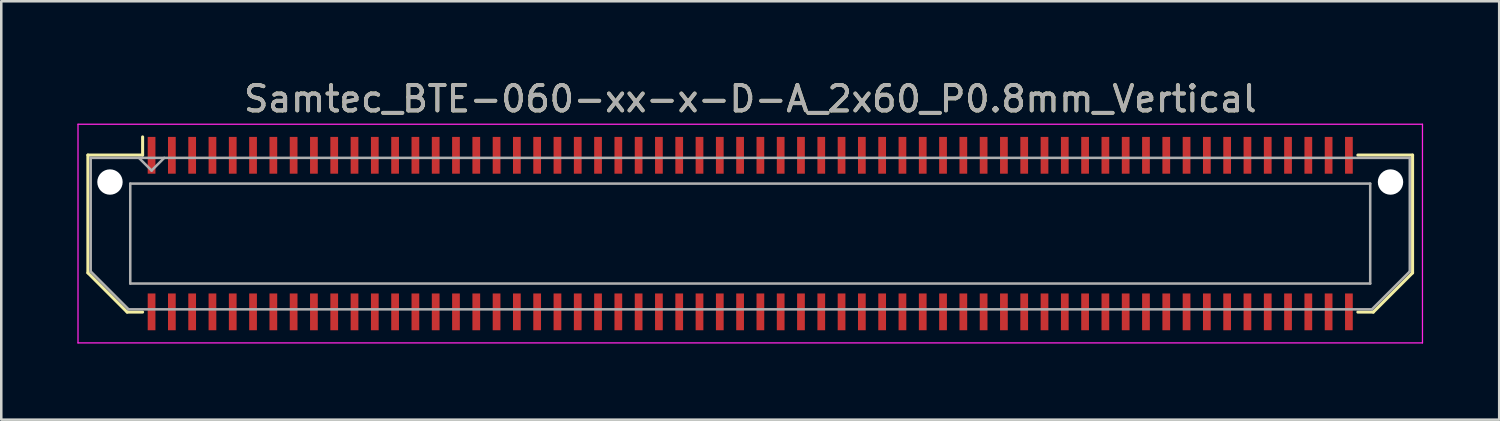
<source format=kicad_pcb>
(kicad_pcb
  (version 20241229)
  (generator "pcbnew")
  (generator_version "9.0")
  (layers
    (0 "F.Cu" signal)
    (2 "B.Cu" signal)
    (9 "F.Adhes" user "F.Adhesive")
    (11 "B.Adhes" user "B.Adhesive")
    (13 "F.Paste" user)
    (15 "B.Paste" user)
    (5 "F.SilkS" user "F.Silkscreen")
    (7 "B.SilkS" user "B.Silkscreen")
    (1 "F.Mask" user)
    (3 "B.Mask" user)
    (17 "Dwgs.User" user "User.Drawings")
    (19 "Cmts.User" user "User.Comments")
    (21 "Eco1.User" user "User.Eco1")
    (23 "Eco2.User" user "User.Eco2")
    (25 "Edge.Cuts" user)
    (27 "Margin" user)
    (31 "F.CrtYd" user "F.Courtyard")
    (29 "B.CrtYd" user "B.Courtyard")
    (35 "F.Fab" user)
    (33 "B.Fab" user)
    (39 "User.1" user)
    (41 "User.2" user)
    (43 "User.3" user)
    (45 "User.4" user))
  (footprint "Samtec_BTE-060-xx-x-D-A_2x60_P0.8mm_Vertical"
    (layer "F.Cu")
    (at 26.525 6.158)
    (property "Reference" "Samtec_BTE-060-xx-x-D-A_2x60_P0.8mm_Vertical" (at 0 -5.31 0) (layer "F.SilkS") (effects (font (size 1 1) (thickness 0.15))))
    (attr smd)
    (fp_line (start -26.11 -3.095) (end -26.11 1.548) (stroke (width 0.12) (type solid)) (layer "F.SilkS"))
    (fp_line (start -26.11 1.548) (end -24.562 3.095) (stroke (width 0.12) (type solid)) (layer "F.SilkS"))
    (fp_line (start -24.562 3.095) (end -23.953 3.095) (stroke (width 0.12) (type solid)) (layer "F.SilkS"))
    (fp_line (start -23.953 -3.811) (end -23.953 -3.095) (stroke (width 0.12) (type solid)) (layer "F.SilkS"))
    (fp_line (start -23.953 -3.095) (end -26.11 -3.095) (stroke (width 0.12) (type solid)) (layer "F.SilkS"))
    (fp_line (start 23.953 -3.095) (end 26.11 -3.095) (stroke (width 0.12) (type solid)) (layer "F.SilkS"))
    (fp_line (start 24.562 3.095) (end 23.953 3.095) (stroke (width 0.12) (type solid)) (layer "F.SilkS"))
    (fp_line (start 26.11 -3.095) (end 26.11 1.548) (stroke (width 0.12) (type solid)) (layer "F.SilkS"))
    (fp_line (start 26.11 1.548) (end 24.562 3.095) (stroke (width 0.12) (type solid)) (layer "F.SilkS"))
    (fp_line (start -26.5 -4.31) (end -26.5 4.31) (stroke (width 0.05) (type solid)) (layer "F.CrtYd"))
    (fp_line (start -26.5 4.31) (end 26.5 4.31) (stroke (width 0.05) (type solid)) (layer "F.CrtYd"))
    (fp_line (start 26.5 -4.31) (end -26.5 -4.31) (stroke (width 0.05) (type solid)) (layer "F.CrtYd"))
    (fp_line (start 26.5 4.31) (end 26.5 -4.31) (stroke (width 0.05) (type solid)) (layer "F.CrtYd"))
    (fp_line (start -26 -2.985) (end -26 1.492) (stroke (width 0.1) (type solid)) (layer "F.Fab"))
    (fp_line (start -26 -2.985) (end 26 -2.985) (stroke (width 0.1) (type solid)) (layer "F.Fab"))
    (fp_line (start -26 1.492) (end -24.508 2.985) (stroke (width 0.1) (type solid)) (layer "F.Fab"))
    (fp_line (start -24.508 2.985) (end 24.508 2.985) (stroke (width 0.1) (type solid)) (layer "F.Fab"))
    (fp_line (start -24.44 -1.97) (end -24.44 1.97) (stroke (width 0.1) (type solid)) (layer "F.Fab"))
    (fp_line (start -24.44 1.97) (end 24.44 1.97) (stroke (width 0.1) (type solid)) (layer "F.Fab"))
    (fp_line (start -23.6 -2.485) (end -24.1 -2.985) (stroke (width 0.1) (type solid)) (layer "F.Fab"))
    (fp_line (start -23.1 -2.985) (end -23.6 -2.485) (stroke (width 0.1) (type solid)) (layer "F.Fab"))
    (fp_line (start 24.44 -1.97) (end -24.44 -1.97) (stroke (width 0.1) (type solid)) (layer "F.Fab"))
    (fp_line (start 24.44 1.97) (end 24.44 -1.97) (stroke (width 0.1) (type solid)) (layer "F.Fab"))
    (fp_line (start 26 -2.985) (end 26 1.492) (stroke (width 0.1) (type solid)) (layer "F.Fab"))
    (fp_line (start 26 1.492) (end 24.508 2.985) (stroke (width 0.1) (type solid)) (layer "F.Fab"))
    (fp_text user "${REFERENCE}" (at 0 -5.31 0) (layer "F.Fab") (effects (font (size 1 1) (thickness 0.15))))
    (pad "" np_thru_hole circle (at -25.24 -2.032) (size 1 1) (drill 1) (layers "*.Cu" "*.Mask"))
    (pad "" np_thru_hole circle (at 25.24 -2.032) (size 1 1) (drill 1) (layers "*.Cu" "*.Mask"))
    (pad "1" smd rect (at -23.6 -3.086) (size 0.305 1.45) (layers "F.Cu" "F.Mask" "F.Paste"))
    (pad "2" smd rect (at -23.6 3.086) (size 0.305 1.45) (layers "F.Cu" "F.Mask" "F.Paste"))
    (pad "3" smd rect (at -22.8 -3.086) (size 0.305 1.45) (layers "F.Cu" "F.Mask" "F.Paste"))
    (pad "4" smd rect (at -22.8 3.086) (size 0.305 1.45) (layers "F.Cu" "F.Mask" "F.Paste"))
    (pad "5" smd rect (at -22 -3.086) (size 0.305 1.45) (layers "F.Cu" "F.Mask" "F.Paste"))
    (pad "6" smd rect (at -22 3.086) (size 0.305 1.45) (layers "F.Cu" "F.Mask" "F.Paste"))
    (pad "7" smd rect (at -21.2 -3.086) (size 0.305 1.45) (layers "F.Cu" "F.Mask" "F.Paste"))
    (pad "8" smd rect (at -21.2 3.086) (size 0.305 1.45) (layers "F.Cu" "F.Mask" "F.Paste"))
    (pad "9" smd rect (at -20.4 -3.086) (size 0.305 1.45) (layers "F.Cu" "F.Mask" "F.Paste"))
    (pad "10" smd rect (at -20.4 3.086) (size 0.305 1.45) (layers "F.Cu" "F.Mask" "F.Paste"))
    (pad "11" smd rect (at -19.6 -3.086) (size 0.305 1.45) (layers "F.Cu" "F.Mask" "F.Paste"))
    (pad "12" smd rect (at -19.6 3.086) (size 0.305 1.45) (layers "F.Cu" "F.Mask" "F.Paste"))
    (pad "13" smd rect (at -18.8 -3.086) (size 0.305 1.45) (layers "F.Cu" "F.Mask" "F.Paste"))
    (pad "14" smd rect (at -18.8 3.086) (size 0.305 1.45) (layers "F.Cu" "F.Mask" "F.Paste"))
    (pad "15" smd rect (at -18 -3.086) (size 0.305 1.45) (layers "F.Cu" "F.Mask" "F.Paste"))
    (pad "16" smd rect (at -18 3.086) (size 0.305 1.45) (layers "F.Cu" "F.Mask" "F.Paste"))
    (pad "17" smd rect (at -17.2 -3.086) (size 0.305 1.45) (layers "F.Cu" "F.Mask" "F.Paste"))
    (pad "18" smd rect (at -17.2 3.086) (size 0.305 1.45) (layers "F.Cu" "F.Mask" "F.Paste"))
    (pad "19" smd rect (at -16.4 -3.086) (size 0.305 1.45) (layers "F.Cu" "F.Mask" "F.Paste"))
    (pad "20" smd rect (at -16.4 3.086) (size 0.305 1.45) (layers "F.Cu" "F.Mask" "F.Paste"))
    (pad "21" smd rect (at -15.6 -3.086) (size 0.305 1.45) (layers "F.Cu" "F.Mask" "F.Paste"))
    (pad "22" smd rect (at -15.6 3.086) (size 0.305 1.45) (layers "F.Cu" "F.Mask" "F.Paste"))
    (pad "23" smd rect (at -14.8 -3.086) (size 0.305 1.45) (layers "F.Cu" "F.Mask" "F.Paste"))
    (pad "24" smd rect (at -14.8 3.086) (size 0.305 1.45) (layers "F.Cu" "F.Mask" "F.Paste"))
    (pad "25" smd rect (at -14 -3.086) (size 0.305 1.45) (layers "F.Cu" "F.Mask" "F.Paste"))
    (pad "26" smd rect (at -14 3.086) (size 0.305 1.45) (layers "F.Cu" "F.Mask" "F.Paste"))
    (pad "27" smd rect (at -13.2 -3.086) (size 0.305 1.45) (layers "F.Cu" "F.Mask" "F.Paste"))
    (pad "28" smd rect (at -13.2 3.086) (size 0.305 1.45) (layers "F.Cu" "F.Mask" "F.Paste"))
    (pad "29" smd rect (at -12.4 -3.086) (size 0.305 1.45) (layers "F.Cu" "F.Mask" "F.Paste"))
    (pad "30" smd rect (at -12.4 3.086) (size 0.305 1.45) (layers "F.Cu" "F.Mask" "F.Paste"))
    (pad "31" smd rect (at -11.6 -3.086) (size 0.305 1.45) (layers "F.Cu" "F.Mask" "F.Paste"))
    (pad "32" smd rect (at -11.6 3.086) (size 0.305 1.45) (layers "F.Cu" "F.Mask" "F.Paste"))
    (pad "33" smd rect (at -10.8 -3.086) (size 0.305 1.45) (layers "F.Cu" "F.Mask" "F.Paste"))
    (pad "34" smd rect (at -10.8 3.086) (size 0.305 1.45) (layers "F.Cu" "F.Mask" "F.Paste"))
    (pad "35" smd rect (at -10 -3.086) (size 0.305 1.45) (layers "F.Cu" "F.Mask" "F.Paste"))
    (pad "36" smd rect (at -10 3.086) (size 0.305 1.45) (layers "F.Cu" "F.Mask" "F.Paste"))
    (pad "37" smd rect (at -9.2 -3.086) (size 0.305 1.45) (layers "F.Cu" "F.Mask" "F.Paste"))
    (pad "38" smd rect (at -9.2 3.086) (size 0.305 1.45) (layers "F.Cu" "F.Mask" "F.Paste"))
    (pad "39" smd rect (at -8.4 -3.086) (size 0.305 1.45) (layers "F.Cu" "F.Mask" "F.Paste"))
    (pad "40" smd rect (at -8.4 3.086) (size 0.305 1.45) (layers "F.Cu" "F.Mask" "F.Paste"))
    (pad "41" smd rect (at -7.6 -3.086) (size 0.305 1.45) (layers "F.Cu" "F.Mask" "F.Paste"))
    (pad "42" smd rect (at -7.6 3.086) (size 0.305 1.45) (layers "F.Cu" "F.Mask" "F.Paste"))
    (pad "43" smd rect (at -6.8 -3.086) (size 0.305 1.45) (layers "F.Cu" "F.Mask" "F.Paste"))
    (pad "44" smd rect (at -6.8 3.086) (size 0.305 1.45) (layers "F.Cu" "F.Mask" "F.Paste"))
    (pad "45" smd rect (at -6 -3.086) (size 0.305 1.45) (layers "F.Cu" "F.Mask" "F.Paste"))
    (pad "46" smd rect (at -6 3.086) (size 0.305 1.45) (layers "F.Cu" "F.Mask" "F.Paste"))
    (pad "47" smd rect (at -5.2 -3.086) (size 0.305 1.45) (layers "F.Cu" "F.Mask" "F.Paste"))
    (pad "48" smd rect (at -5.2 3.086) (size 0.305 1.45) (layers "F.Cu" "F.Mask" "F.Paste"))
    (pad "49" smd rect (at -4.4 -3.086) (size 0.305 1.45) (layers "F.Cu" "F.Mask" "F.Paste"))
    (pad "50" smd rect (at -4.4 3.086) (size 0.305 1.45) (layers "F.Cu" "F.Mask" "F.Paste"))
    (pad "51" smd rect (at -3.6 -3.086) (size 0.305 1.45) (layers "F.Cu" "F.Mask" "F.Paste"))
    (pad "52" smd rect (at -3.6 3.086) (size 0.305 1.45) (layers "F.Cu" "F.Mask" "F.Paste"))
    (pad "53" smd rect (at -2.8 -3.086) (size 0.305 1.45) (layers "F.Cu" "F.Mask" "F.Paste"))
    (pad "54" smd rect (at -2.8 3.086) (size 0.305 1.45) (layers "F.Cu" "F.Mask" "F.Paste"))
    (pad "55" smd rect (at -2 -3.086) (size 0.305 1.45) (layers "F.Cu" "F.Mask" "F.Paste"))
    (pad "56" smd rect (at -2 3.086) (size 0.305 1.45) (layers "F.Cu" "F.Mask" "F.Paste"))
    (pad "57" smd rect (at -1.2 -3.086) (size 0.305 1.45) (layers "F.Cu" "F.Mask" "F.Paste"))
    (pad "58" smd rect (at -1.2 3.086) (size 0.305 1.45) (layers "F.Cu" "F.Mask" "F.Paste"))
    (pad "59" smd rect (at -0.4 -3.086) (size 0.305 1.45) (layers "F.Cu" "F.Mask" "F.Paste"))
    (pad "60" smd rect (at -0.4 3.086) (size 0.305 1.45) (layers "F.Cu" "F.Mask" "F.Paste"))
    (pad "61" smd rect (at 0.4 -3.086) (size 0.305 1.45) (layers "F.Cu" "F.Mask" "F.Paste"))
    (pad "62" smd rect (at 0.4 3.086) (size 0.305 1.45) (layers "F.Cu" "F.Mask" "F.Paste"))
    (pad "63" smd rect (at 1.2 -3.086) (size 0.305 1.45) (layers "F.Cu" "F.Mask" "F.Paste"))
    (pad "64" smd rect (at 1.2 3.086) (size 0.305 1.45) (layers "F.Cu" "F.Mask" "F.Paste"))
    (pad "65" smd rect (at 2 -3.086) (size 0.305 1.45) (layers "F.Cu" "F.Mask" "F.Paste"))
    (pad "66" smd rect (at 2 3.086) (size 0.305 1.45) (layers "F.Cu" "F.Mask" "F.Paste"))
    (pad "67" smd rect (at 2.8 -3.086) (size 0.305 1.45) (layers "F.Cu" "F.Mask" "F.Paste"))
    (pad "68" smd rect (at 2.8 3.086) (size 0.305 1.45) (layers "F.Cu" "F.Mask" "F.Paste"))
    (pad "69" smd rect (at 3.6 -3.086) (size 0.305 1.45) (layers "F.Cu" "F.Mask" "F.Paste"))
    (pad "70" smd rect (at 3.6 3.086) (size 0.305 1.45) (layers "F.Cu" "F.Mask" "F.Paste"))
    (pad "71" smd rect (at 4.4 -3.086) (size 0.305 1.45) (layers "F.Cu" "F.Mask" "F.Paste"))
    (pad "72" smd rect (at 4.4 3.086) (size 0.305 1.45) (layers "F.Cu" "F.Mask" "F.Paste"))
    (pad "73" smd rect (at 5.2 -3.086) (size 0.305 1.45) (layers "F.Cu" "F.Mask" "F.Paste"))
    (pad "74" smd rect (at 5.2 3.086) (size 0.305 1.45) (layers "F.Cu" "F.Mask" "F.Paste"))
    (pad "75" smd rect (at 6 -3.086) (size 0.305 1.45) (layers "F.Cu" "F.Mask" "F.Paste"))
    (pad "76" smd rect (at 6 3.086) (size 0.305 1.45) (layers "F.Cu" "F.Mask" "F.Paste"))
    (pad "77" smd rect (at 6.8 -3.086) (size 0.305 1.45) (layers "F.Cu" "F.Mask" "F.Paste"))
    (pad "78" smd rect (at 6.8 3.086) (size 0.305 1.45) (layers "F.Cu" "F.Mask" "F.Paste"))
    (pad "79" smd rect (at 7.6 -3.086) (size 0.305 1.45) (layers "F.Cu" "F.Mask" "F.Paste"))
    (pad "80" smd rect (at 7.6 3.086) (size 0.305 1.45) (layers "F.Cu" "F.Mask" "F.Paste"))
    (pad "81" smd rect (at 8.4 -3.086) (size 0.305 1.45) (layers "F.Cu" "F.Mask" "F.Paste"))
    (pad "82" smd rect (at 8.4 3.086) (size 0.305 1.45) (layers "F.Cu" "F.Mask" "F.Paste"))
    (pad "83" smd rect (at 9.2 -3.086) (size 0.305 1.45) (layers "F.Cu" "F.Mask" "F.Paste"))
    (pad "84" smd rect (at 9.2 3.086) (size 0.305 1.45) (layers "F.Cu" "F.Mask" "F.Paste"))
    (pad "85" smd rect (at 10 -3.086) (size 0.305 1.45) (layers "F.Cu" "F.Mask" "F.Paste"))
    (pad "86" smd rect (at 10 3.086) (size 0.305 1.45) (layers "F.Cu" "F.Mask" "F.Paste"))
    (pad "87" smd rect (at 10.8 -3.086) (size 0.305 1.45) (layers "F.Cu" "F.Mask" "F.Paste"))
    (pad "88" smd rect (at 10.8 3.086) (size 0.305 1.45) (layers "F.Cu" "F.Mask" "F.Paste"))
    (pad "89" smd rect (at 11.6 -3.086) (size 0.305 1.45) (layers "F.Cu" "F.Mask" "F.Paste"))
    (pad "90" smd rect (at 11.6 3.086) (size 0.305 1.45) (layers "F.Cu" "F.Mask" "F.Paste"))
    (pad "91" smd rect (at 12.4 -3.086) (size 0.305 1.45) (layers "F.Cu" "F.Mask" "F.Paste"))
    (pad "92" smd rect (at 12.4 3.086) (size 0.305 1.45) (layers "F.Cu" "F.Mask" "F.Paste"))
    (pad "93" smd rect (at 13.2 -3.086) (size 0.305 1.45) (layers "F.Cu" "F.Mask" "F.Paste"))
    (pad "94" smd rect (at 13.2 3.086) (size 0.305 1.45) (layers "F.Cu" "F.Mask" "F.Paste"))
    (pad "95" smd rect (at 14 -3.086) (size 0.305 1.45) (layers "F.Cu" "F.Mask" "F.Paste"))
    (pad "96" smd rect (at 14 3.086) (size 0.305 1.45) (layers "F.Cu" "F.Mask" "F.Paste"))
    (pad "97" smd rect (at 14.8 -3.086) (size 0.305 1.45) (layers "F.Cu" "F.Mask" "F.Paste"))
    (pad "98" smd rect (at 14.8 3.086) (size 0.305 1.45) (layers "F.Cu" "F.Mask" "F.Paste"))
    (pad "99" smd rect (at 15.6 -3.086) (size 0.305 1.45) (layers "F.Cu" "F.Mask" "F.Paste"))
    (pad "100" smd rect (at 15.6 3.086) (size 0.305 1.45) (layers "F.Cu" "F.Mask" "F.Paste"))
    (pad "101" smd rect (at 16.4 -3.086) (size 0.305 1.45) (layers "F.Cu" "F.Mask" "F.Paste"))
    (pad "102" smd rect (at 16.4 3.086) (size 0.305 1.45) (layers "F.Cu" "F.Mask" "F.Paste"))
    (pad "103" smd rect (at 17.2 -3.086) (size 0.305 1.45) (layers "F.Cu" "F.Mask" "F.Paste"))
    (pad "104" smd rect (at 17.2 3.086) (size 0.305 1.45) (layers "F.Cu" "F.Mask" "F.Paste"))
    (pad "105" smd rect (at 18 -3.086) (size 0.305 1.45) (layers "F.Cu" "F.Mask" "F.Paste"))
    (pad "106" smd rect (at 18 3.086) (size 0.305 1.45) (layers "F.Cu" "F.Mask" "F.Paste"))
    (pad "107" smd rect (at 18.8 -3.086) (size 0.305 1.45) (layers "F.Cu" "F.Mask" "F.Paste"))
    (pad "108" smd rect (at 18.8 3.086) (size 0.305 1.45) (layers "F.Cu" "F.Mask" "F.Paste"))
    (pad "109" smd rect (at 19.6 -3.086) (size 0.305 1.45) (layers "F.Cu" "F.Mask" "F.Paste"))
    (pad "110" smd rect (at 19.6 3.086) (size 0.305 1.45) (layers "F.Cu" "F.Mask" "F.Paste"))
    (pad "111" smd rect (at 20.4 -3.086) (size 0.305 1.45) (layers "F.Cu" "F.Mask" "F.Paste"))
    (pad "112" smd rect (at 20.4 3.086) (size 0.305 1.45) (layers "F.Cu" "F.Mask" "F.Paste"))
    (pad "113" smd rect (at 21.2 -3.086) (size 0.305 1.45) (layers "F.Cu" "F.Mask" "F.Paste"))
    (pad "114" smd rect (at 21.2 3.086) (size 0.305 1.45) (layers "F.Cu" "F.Mask" "F.Paste"))
    (pad "115" smd rect (at 22 -3.086) (size 0.305 1.45) (layers "F.Cu" "F.Mask" "F.Paste"))
    (pad "116" smd rect (at 22 3.086) (size 0.305 1.45) (layers "F.Cu" "F.Mask" "F.Paste"))
    (pad "117" smd rect (at 22.8 -3.086) (size 0.305 1.45) (layers "F.Cu" "F.Mask" "F.Paste"))
    (pad "118" smd rect (at 22.8 3.086) (size 0.305 1.45) (layers "F.Cu" "F.Mask" "F.Paste"))
    (pad "119" smd rect (at 23.6 -3.086) (size 0.305 1.45) (layers "F.Cu" "F.Mask" "F.Paste"))
    (pad "120" smd rect (at 23.6 3.086) (size 0.305 1.45) (layers "F.Cu" "F.Mask" "F.Paste")))
  (gr_rect
    (start -3 -3)
    (end 56.05 13.493)
    (stroke (width 0.1) (type default))
    (fill no)
    (layer "Edge.Cuts")))
</source>
